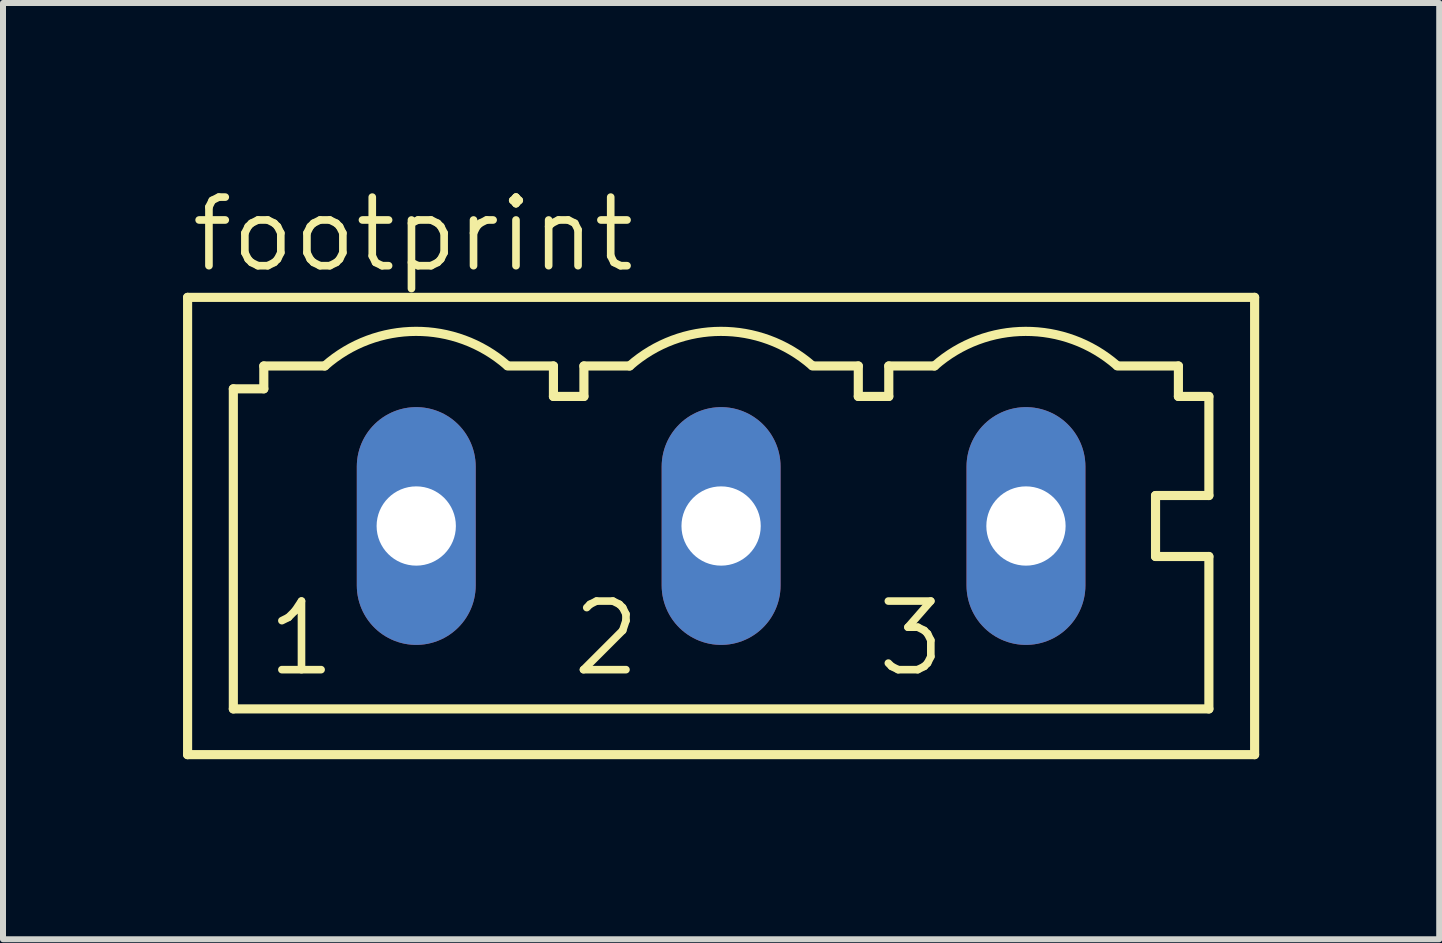
<source format=kicad_pcb>
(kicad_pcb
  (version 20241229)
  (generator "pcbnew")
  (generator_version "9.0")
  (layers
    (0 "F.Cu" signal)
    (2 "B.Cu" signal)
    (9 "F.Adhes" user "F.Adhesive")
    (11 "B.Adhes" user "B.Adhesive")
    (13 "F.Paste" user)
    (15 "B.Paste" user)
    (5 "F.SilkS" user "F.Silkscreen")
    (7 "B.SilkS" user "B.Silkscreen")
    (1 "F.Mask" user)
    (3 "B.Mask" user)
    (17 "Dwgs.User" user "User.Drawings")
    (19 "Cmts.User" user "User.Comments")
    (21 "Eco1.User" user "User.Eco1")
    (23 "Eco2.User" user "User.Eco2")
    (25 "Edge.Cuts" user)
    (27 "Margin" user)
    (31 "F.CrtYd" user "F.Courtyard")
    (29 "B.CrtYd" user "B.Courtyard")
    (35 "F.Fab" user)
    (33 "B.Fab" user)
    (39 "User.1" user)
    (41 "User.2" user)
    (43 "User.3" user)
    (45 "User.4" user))
  (footprint "footprint"
    (layer "F.Cu")
    (at 8.966 5.08)
    (property "Reference" "footprint" (at -8.89 -3.556 0) (layer "F.SilkS") (effects (font (size 1.143 1.143) (thickness 0.127)) (justify left bottom)))
    (fp_line (start -8.89 -3.175) (end -8.89 4.445) (stroke (width 0.152) (type solid)) (layer "F.SilkS"))
    (fp_line (start -8.89 -3.175) (end 8.89 -3.175) (stroke (width 0.152) (type solid)) (layer "F.SilkS"))
    (fp_line (start -8.128 -1.651) (end -7.62 -1.651) (stroke (width 0.152) (type solid)) (layer "F.SilkS"))
    (fp_line (start -8.128 3.683) (end -8.128 -1.651) (stroke (width 0.152) (type solid)) (layer "F.SilkS"))
    (fp_line (start -7.62 -2.032) (end -6.604 -2.032) (stroke (width 0.152) (type solid)) (layer "F.SilkS"))
    (fp_line (start -7.62 -1.651) (end -7.62 -2.032) (stroke (width 0.152) (type solid)) (layer "F.SilkS"))
    (fp_line (start -2.794 -2.032) (end -3.556 -2.032) (stroke (width 0.152) (type solid)) (layer "F.SilkS"))
    (fp_line (start -2.794 -1.524) (end -2.794 -2.032) (stroke (width 0.152) (type solid)) (layer "F.SilkS"))
    (fp_line (start -2.794 -1.524) (end -2.286 -1.524) (stroke (width 0.152) (type solid)) (layer "F.SilkS"))
    (fp_line (start -2.286 -2.032) (end -1.524 -2.032) (stroke (width 0.152) (type solid)) (layer "F.SilkS"))
    (fp_line (start -2.286 -1.524) (end -2.286 -2.032) (stroke (width 0.152) (type solid)) (layer "F.SilkS"))
    (fp_line (start 2.286 -2.032) (end 1.524 -2.032) (stroke (width 0.152) (type solid)) (layer "F.SilkS"))
    (fp_line (start 2.286 -1.524) (end 2.286 -2.032) (stroke (width 0.152) (type solid)) (layer "F.SilkS"))
    (fp_line (start 2.286 -1.524) (end 2.794 -1.524) (stroke (width 0.152) (type solid)) (layer "F.SilkS"))
    (fp_line (start 2.794 -2.032) (end 3.556 -2.032) (stroke (width 0.152) (type solid)) (layer "F.SilkS"))
    (fp_line (start 2.794 -1.524) (end 2.794 -2.032) (stroke (width 0.152) (type solid)) (layer "F.SilkS"))
    (fp_line (start 6.604 -2.032) (end 7.62 -2.032) (stroke (width 0.152) (type solid)) (layer "F.SilkS"))
    (fp_line (start 7.239 0.127) (end 7.239 1.143) (stroke (width 0.152) (type solid)) (layer "F.SilkS"))
    (fp_line (start 7.239 1.143) (end 8.128 1.143) (stroke (width 0.152) (type solid)) (layer "F.SilkS"))
    (fp_line (start 7.62 -1.524) (end 7.62 -2.032) (stroke (width 0.152) (type solid)) (layer "F.SilkS"))
    (fp_line (start 8.128 -1.524) (end 7.62 -1.524) (stroke (width 0.152) (type solid)) (layer "F.SilkS"))
    (fp_line (start 8.128 0.127) (end 7.239 0.127) (stroke (width 0.152) (type solid)) (layer "F.SilkS"))
    (fp_line (start 8.128 0.127) (end 8.128 -1.524) (stroke (width 0.152) (type solid)) (layer "F.SilkS"))
    (fp_line (start 8.128 3.683) (end -8.128 3.683) (stroke (width 0.152) (type solid)) (layer "F.SilkS"))
    (fp_line (start 8.128 3.683) (end 8.128 1.143) (stroke (width 0.152) (type solid)) (layer "F.SilkS"))
    (fp_line (start 8.89 4.445) (end -8.89 4.445) (stroke (width 0.152) (type solid)) (layer "F.SilkS"))
    (fp_line (start 8.89 4.445) (end 8.89 -3.175) (stroke (width 0.152) (type solid)) (layer "F.SilkS"))
    (fp_arc (start -6.604 -2.032) (mid -5.085994 -2.60837) (end -3.564899 -2.040201) (stroke (width 0.1524) (type solid)) (layer "F.SilkS"))
    (fp_arc (start -1.524 -2.032) (mid -0.006057 -2.608228) (end 1.5149 -2.04) (stroke (width 0.1524) (type solid)) (layer "F.SilkS"))
    (fp_arc (start 3.556 -2.032) (mid 5.073912 -2.608157) (end 6.5948 -2.0399) (stroke (width 0.1524) (type solid)) (layer "F.SilkS"))
    (fp_text user "3" (at 2.54 3.175 0) (layer "F.SilkS") (effects (font (size 1.143 1.143) (thickness 0.127)) (justify left bottom)))
    (fp_text user "2" (at -2.54 3.175 0) (layer "F.SilkS") (effects (font (size 1.143 1.143) (thickness 0.127)) (justify left bottom)))
    (fp_text user "1" (at -7.62 3.175 0) (layer "F.SilkS") (effects (font (size 1.143 1.143) (thickness 0.127)) (justify left bottom)))
    (pad "1" thru_hole oval (at -5.08 0.635 90) (size 3.962 1.981) (drill 1.321) (layers "*.Cu" "*.Mask"))
    (pad "2" thru_hole oval (at 0 0.635 90) (size 3.962 1.981) (drill 1.321) (layers "*.Cu" "*.Mask"))
    (pad "3" thru_hole oval (at 5.08 0.635 90) (size 3.962 1.981) (drill 1.321) (layers "*.Cu" "*.Mask")))
  (gr_rect
    (start -3 -3)
    (end 20.932 12.601)
    (stroke (width 0.1) (type default))
    (fill no)
    (layer "Edge.Cuts")))
</source>
